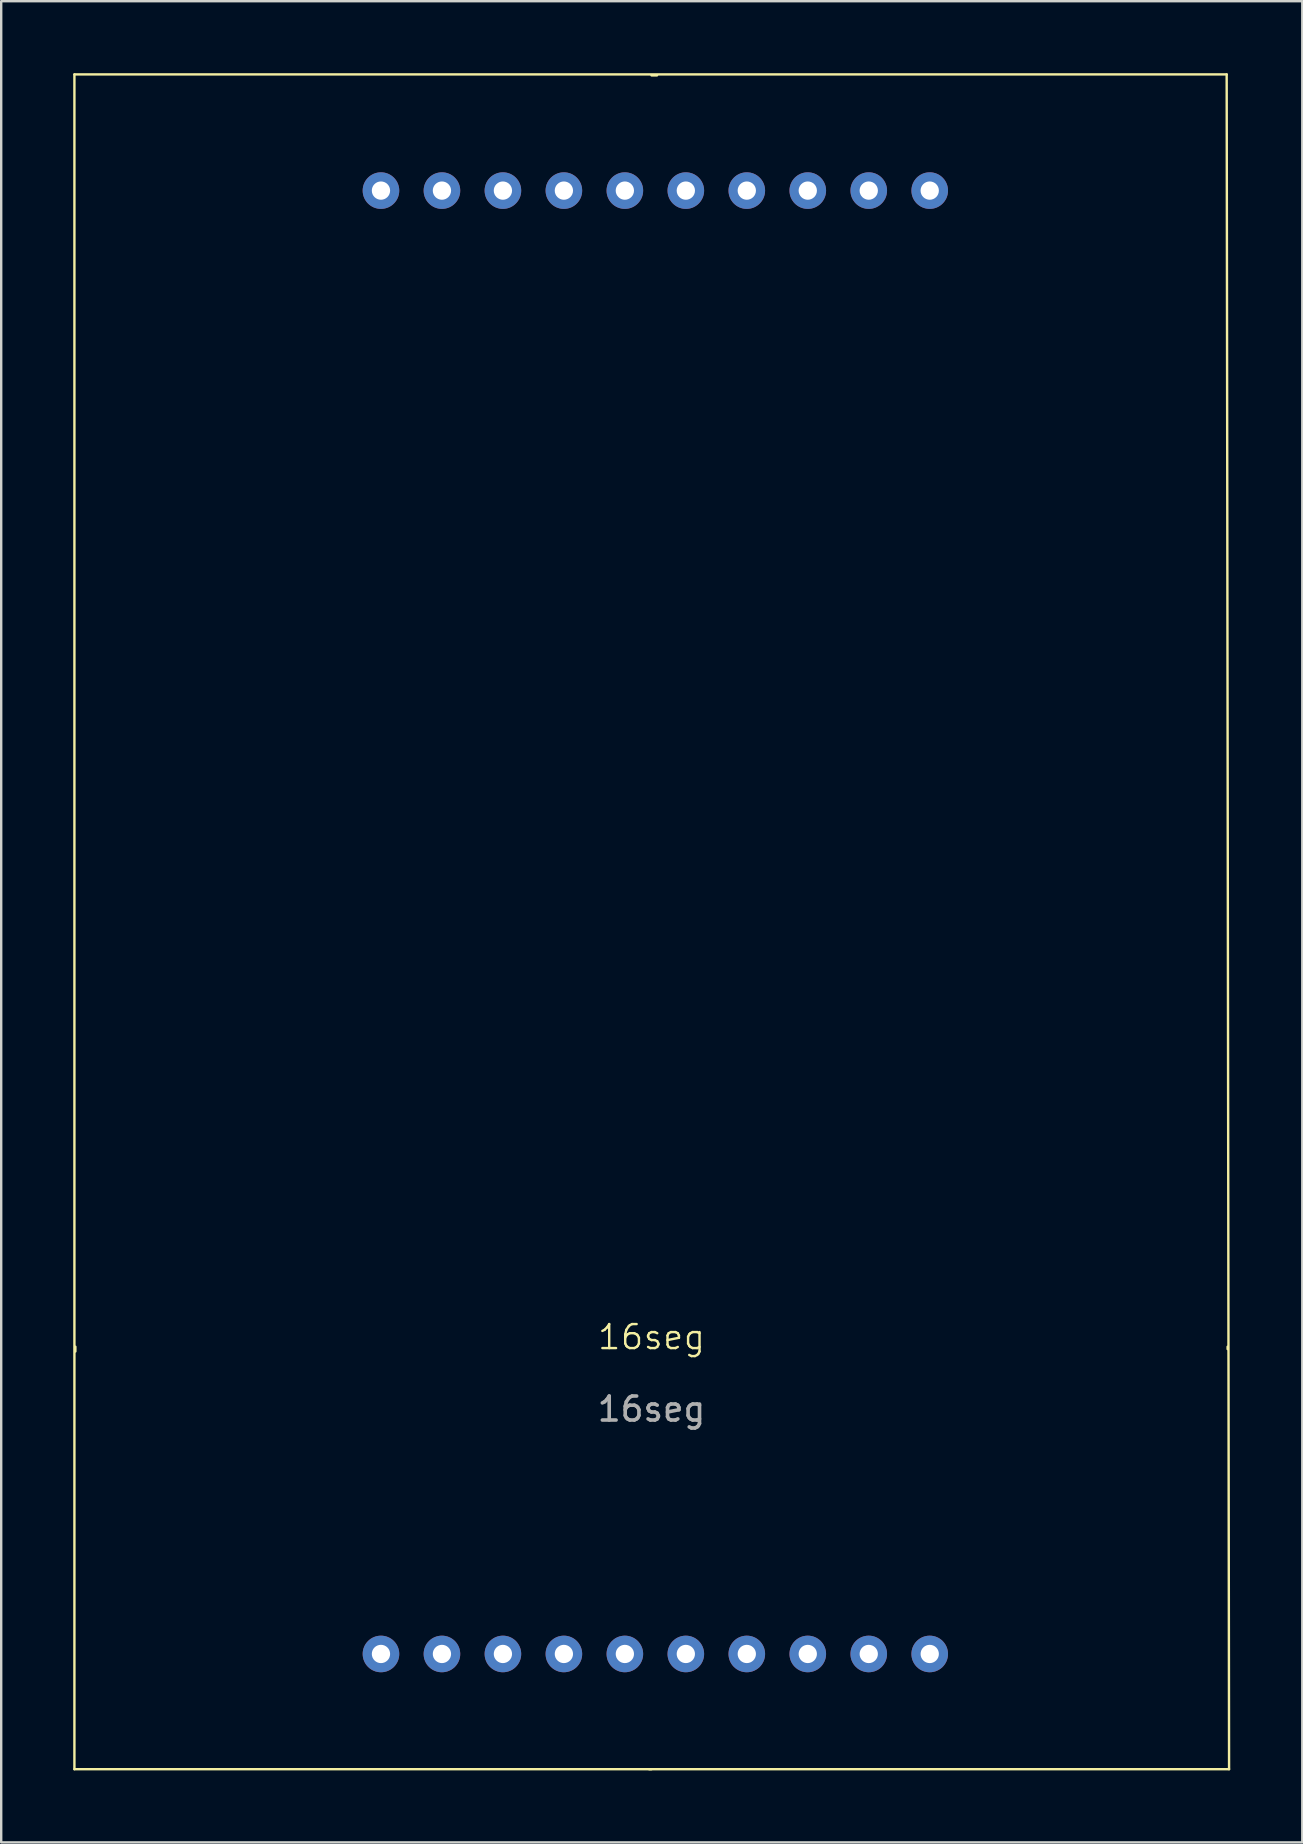
<source format=kicad_pcb>
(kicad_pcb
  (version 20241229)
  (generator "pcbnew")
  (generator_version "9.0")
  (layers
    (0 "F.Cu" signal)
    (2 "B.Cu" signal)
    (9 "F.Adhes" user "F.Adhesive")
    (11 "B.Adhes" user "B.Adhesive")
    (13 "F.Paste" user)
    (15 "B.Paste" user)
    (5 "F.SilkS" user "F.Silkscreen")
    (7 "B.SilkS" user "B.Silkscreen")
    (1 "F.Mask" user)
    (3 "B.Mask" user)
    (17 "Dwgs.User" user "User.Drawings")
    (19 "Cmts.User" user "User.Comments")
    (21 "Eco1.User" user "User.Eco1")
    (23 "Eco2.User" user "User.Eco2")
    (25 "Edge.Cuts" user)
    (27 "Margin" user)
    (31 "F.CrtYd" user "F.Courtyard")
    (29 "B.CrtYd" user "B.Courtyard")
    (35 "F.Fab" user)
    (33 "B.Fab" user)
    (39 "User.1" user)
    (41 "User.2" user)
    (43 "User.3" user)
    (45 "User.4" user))
  (footprint "16seg"
    (layer "F.Cu")
    (at 24.25 34.85)
    (property "Reference" "16seg" (at -0.16 17.8 0) (unlocked yes) (layer "F.SilkS") (effects (font (size 1 1) (thickness 0.1))))
    (attr through_hole)
    (fp_line (start -24.2 -34.8) (end -24.2 35.8) (stroke (width 0.1) (type default)) (layer "F.SilkS"))
    (fp_line (start -24.2 35.8) (end 23.9 35.8) (stroke (width 0.1) (type default)) (layer "F.SilkS"))
    (fp_line (start -24.16 18.2) (end -24.16 18.4) (stroke (width 0.1) (type default)) (layer "F.SilkS"))
    (fp_line (start -0.16 -34.76) (end 0.07 -34.76) (stroke (width 0.1) (type default)) (layer "F.SilkS"))
    (fp_line (start -0.16 35.8) (end -0.26 35.8) (stroke (width 0.1) (type default)) (layer "F.SilkS"))
    (fp_line (start 23.8 -34.8) (end -24.2 -34.8) (stroke (width 0.1) (type default)) (layer "F.SilkS"))
    (fp_line (start 23.84 18.3) (end 23.84 18.2) (stroke (width 0.1) (type default)) (layer "F.SilkS"))
    (fp_line (start 23.9 35.8) (end 23.8 -34.8) (stroke (width 0.1) (type default)) (layer "F.SilkS"))
    (fp_text user "${REFERENCE}" (at -0.16 20.8 0) (unlocked yes) (layer "F.Fab") (effects (font (size 1 1) (thickness 0.15))))
    (pad "1" thru_hole circle (at -11.43 31) (size 1.524 1.524) (drill 0.762) (layers "*.Cu" "*.Mask"))
    (pad "2" thru_hole circle (at -8.89 31) (size 1.524 1.524) (drill 0.762) (layers "*.Cu" "*.Mask"))
    (pad "3" thru_hole circle (at -6.35 31) (size 1.524 1.524) (drill 0.762) (layers "*.Cu" "*.Mask"))
    (pad "4" thru_hole circle (at -3.81 31) (size 1.524 1.524) (drill 0.762) (layers "*.Cu" "*.Mask"))
    (pad "5" thru_hole circle (at -1.27 31) (size 1.524 1.524) (drill 0.762) (layers "*.Cu" "*.Mask"))
    (pad "6" thru_hole circle (at 1.27 31) (size 1.524 1.524) (drill 0.762) (layers "*.Cu" "*.Mask"))
    (pad "7" thru_hole circle (at 3.81 31) (size 1.524 1.524) (drill 0.762) (layers "*.Cu" "*.Mask"))
    (pad "8" thru_hole circle (at 6.35 31) (size 1.524 1.524) (drill 0.762) (layers "*.Cu" "*.Mask"))
    (pad "9" thru_hole circle (at 8.89 31) (size 1.524 1.524) (drill 0.762) (layers "*.Cu" "*.Mask"))
    (pad "10" thru_hole circle (at 11.43 31) (size 1.524 1.524) (drill 0.762) (layers "*.Cu" "*.Mask"))
    (pad "11" thru_hole circle (at 11.43 -29.96) (size 1.524 1.524) (drill 0.762) (layers "*.Cu" "*.Mask"))
    (pad "12" thru_hole circle (at 8.89 -29.96) (size 1.524 1.524) (drill 0.762) (layers "*.Cu" "*.Mask"))
    (pad "13" thru_hole circle (at 6.35 -29.96) (size 1.524 1.524) (drill 0.762) (layers "*.Cu" "*.Mask"))
    (pad "14" thru_hole circle (at 3.81 -29.96) (size 1.524 1.524) (drill 0.762) (layers "*.Cu" "*.Mask"))
    (pad "15" thru_hole circle (at 1.27 -29.96) (size 1.524 1.524) (drill 0.762) (layers "*.Cu" "*.Mask"))
    (pad "16" thru_hole circle (at -1.27 -29.96) (size 1.524 1.524) (drill 0.762) (layers "*.Cu" "*.Mask"))
    (pad "17" thru_hole circle (at -3.81 -29.96) (size 1.524 1.524) (drill 0.762) (layers "*.Cu" "*.Mask"))
    (pad "18" thru_hole circle (at -6.35 -29.96) (size 1.524 1.524) (drill 0.762) (layers "*.Cu" "*.Mask"))
    (pad "19" thru_hole circle (at -8.89 -29.96) (size 1.524 1.524) (drill 0.762) (layers "*.Cu" "*.Mask"))
    (pad "20" thru_hole circle (at -11.43 -29.96) (size 1.524 1.524) (drill 0.762) (layers "*.Cu" "*.Mask")))
  (gr_rect
    (start -3 -3)
    (end 51.2 73.7)
    (stroke (width 0.1) (type default))
    (fill no)
    (layer "Edge.Cuts")))
</source>
